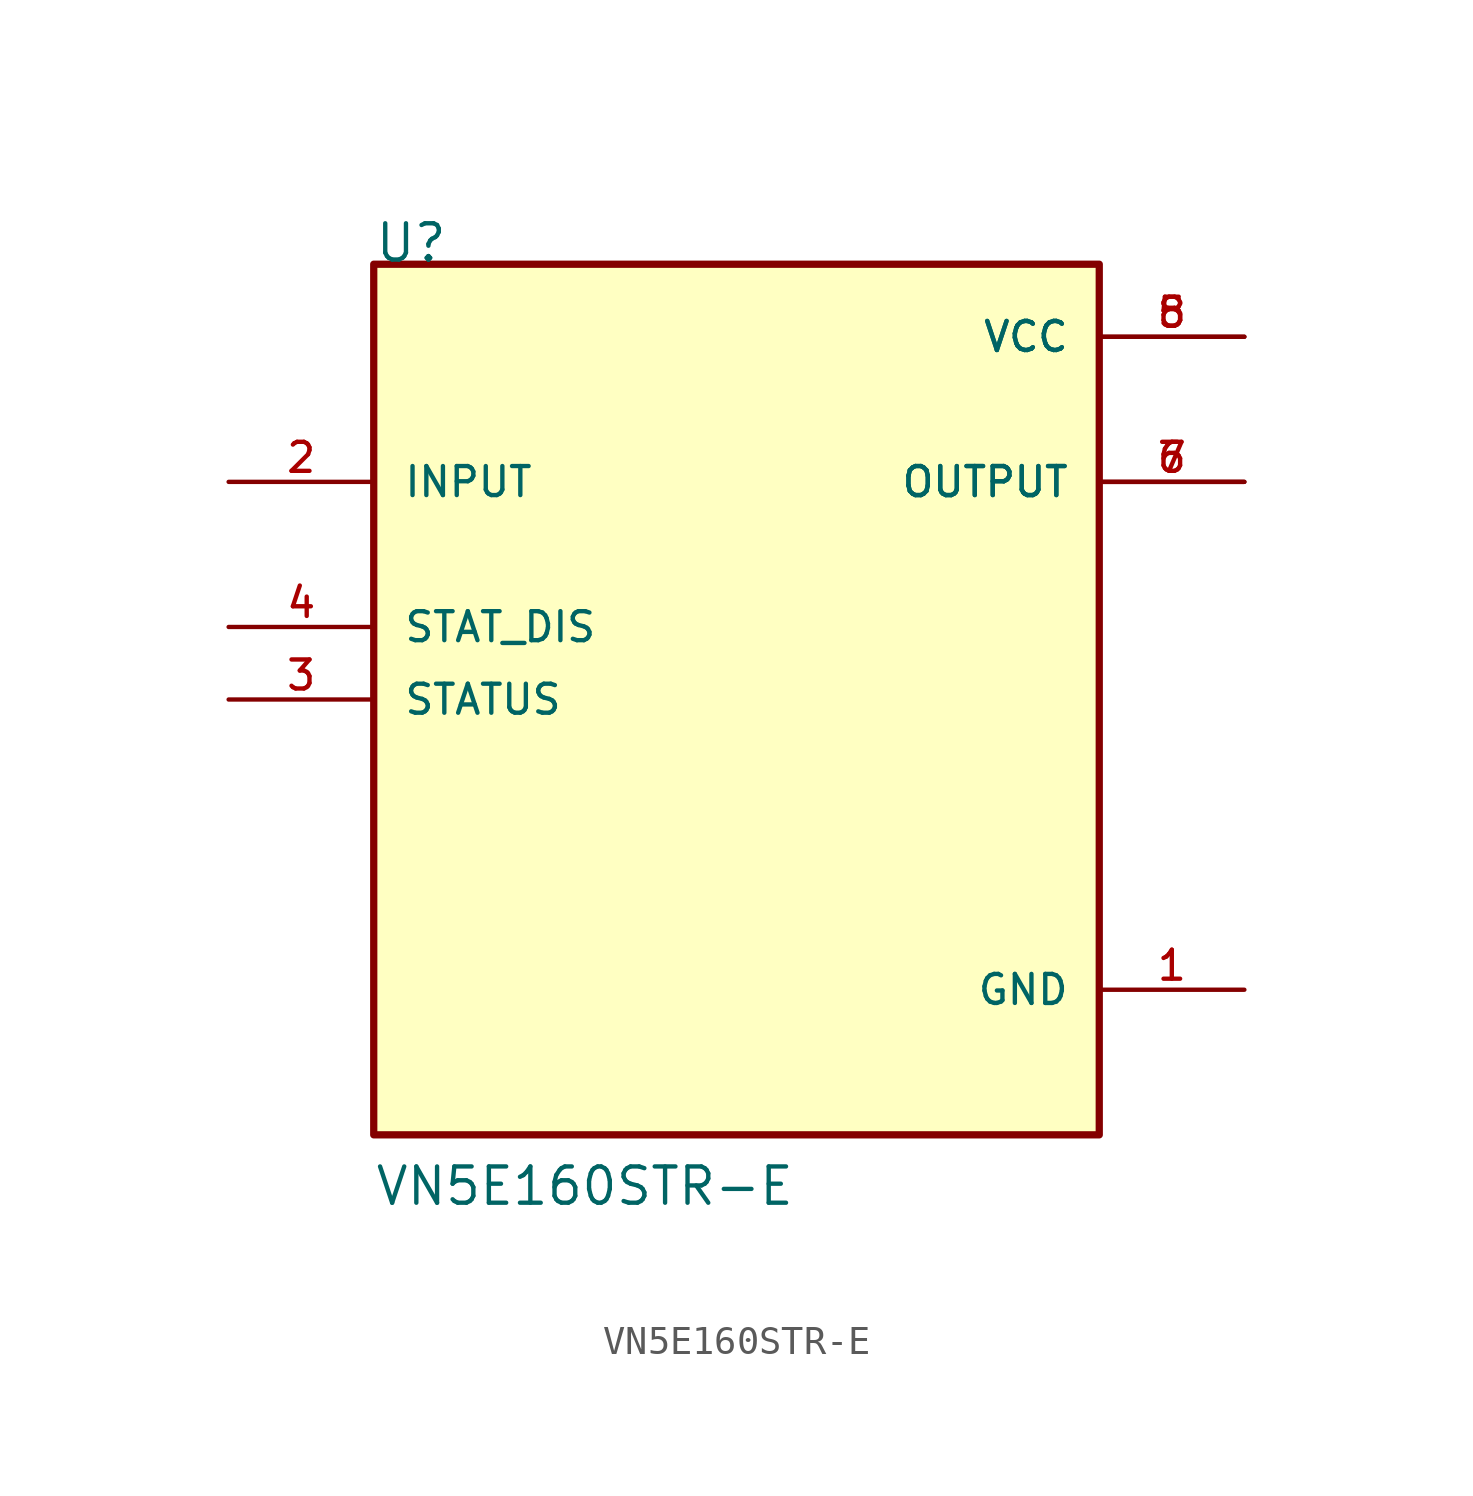
<source format=kicad_sym>
(kicad_symbol_lib
  (version 20220914)
  (generator kicad_symbol_editor)
  (symbol "VN5E160STR-E"
    (pin_names
      (offset 1.016))
    (property "Reference" "U"
      (at -12.7 15.24 0)
      (effects (font (size 1.27 1.27)) (justify left bottom)))
    (property "Value" "VN5E160STR-E"
      (at -12.7 -17.78 0)
      (effects (font (size 1.27 1.27)) (justify left bottom)))
    (symbol "VN5E160STR-E_0_0"
      (rectangle (start -12.7 -15.24) (end 12.7 15.24) (stroke (width 0.254) (type default)) (fill (type background)))
      (pin power_in line (at 17.78 -10.16 180) (length 5.08) (name "GND" (effects (font (size 1.016 1.016)))) (number "1" (effects (font (size 1.016 1.016)))))
      (pin input line (at -17.78 7.62 0) (length 5.08) (name "INPUT" (effects (font (size 1.016 1.016)))) (number "2" (effects (font (size 1.016 1.016)))))
      (pin input line (at -17.78 0 0) (length 5.08) (name "STATUS" (effects (font (size 1.016 1.016)))) (number "3" (effects (font (size 1.016 1.016)))))
      (pin input line (at -17.78 2.54 0) (length 5.08) (name "STAT_DIS" (effects (font (size 1.016 1.016)))) (number "4" (effects (font (size 1.016 1.016)))))
      (pin power_in line (at 17.78 12.7 180) (length 5.08) (name "VCC" (effects (font (size 1.016 1.016)))) (number "5" (effects (font (size 1.016 1.016)))))
      (pin output line (at 17.78 7.62 180) (length 5.08) (name "OUTPUT" (effects (font (size 1.016 1.016)))) (number "6" (effects (font (size 1.016 1.016)))))
      (pin output line (at 17.78 7.62 180) (length 5.08) (name "OUTPUT" (effects (font (size 1.016 1.016)))) (number "7" (effects (font (size 1.016 1.016)))))
      (pin power_in line (at 17.78 12.7 180) (length 5.08) (name "VCC" (effects (font (size 1.016 1.016)))) (number "8" (effects (font (size 1.016 1.016))))))))
</source>
